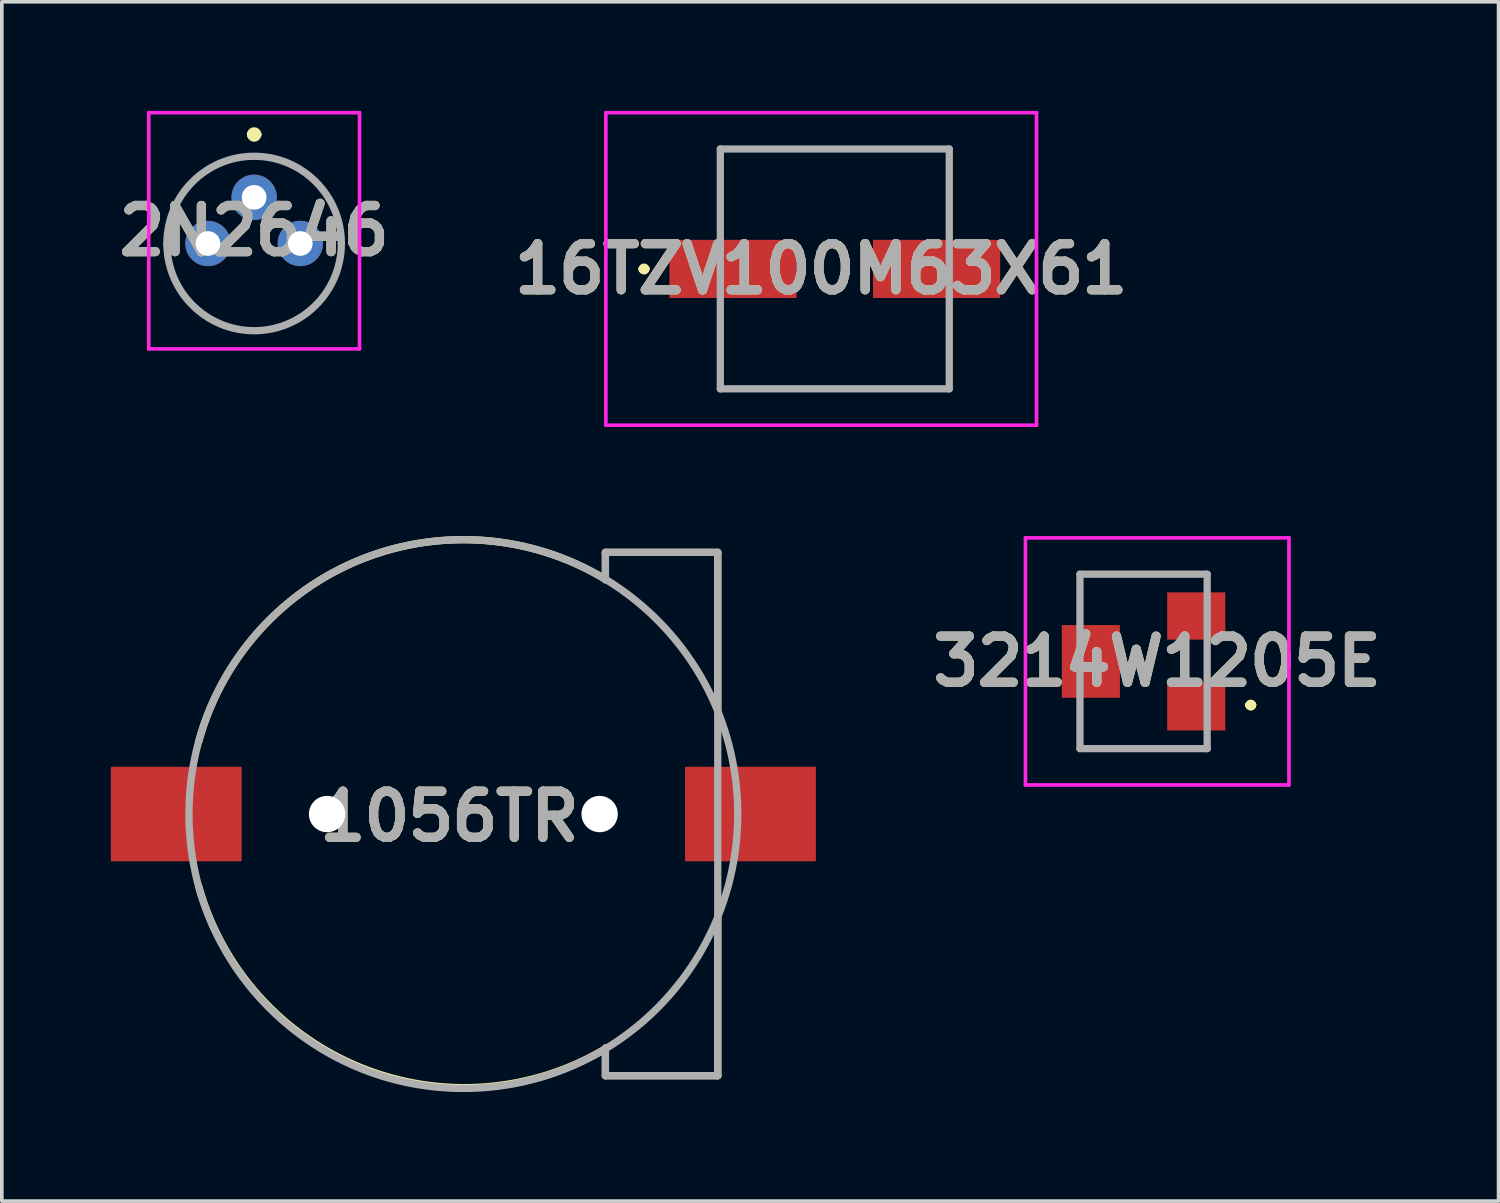
<source format=kicad_pcb>
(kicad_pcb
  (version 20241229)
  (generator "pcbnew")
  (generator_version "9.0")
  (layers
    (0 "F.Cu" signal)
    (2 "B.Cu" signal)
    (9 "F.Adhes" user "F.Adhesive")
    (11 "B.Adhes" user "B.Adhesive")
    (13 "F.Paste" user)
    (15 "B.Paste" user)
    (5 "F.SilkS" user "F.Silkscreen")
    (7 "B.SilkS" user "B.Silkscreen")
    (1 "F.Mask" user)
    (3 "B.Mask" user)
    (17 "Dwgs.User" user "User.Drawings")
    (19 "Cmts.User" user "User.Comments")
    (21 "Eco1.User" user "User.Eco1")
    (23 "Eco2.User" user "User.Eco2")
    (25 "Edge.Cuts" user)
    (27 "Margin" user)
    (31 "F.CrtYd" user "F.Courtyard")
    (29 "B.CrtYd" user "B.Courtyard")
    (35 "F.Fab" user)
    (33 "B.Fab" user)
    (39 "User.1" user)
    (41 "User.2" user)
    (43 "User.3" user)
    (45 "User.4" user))
  (footprint "1056TR"
    (layer "F.Cu")
    (at 9.7 19.35)
    (property "Reference" "1056TR" (at -0.382 0.067 0) (layer "F.SilkS") (effects (font (size 1.27 1.27) (thickness 0.254))))
    (attr through_hole)
    (fp_line (start 3.909 -7.2) (end 7 -7.2) (stroke (width 0.2) (type solid)) (layer "F.SilkS"))
    (fp_line (start 3.909 -6.459) (end 3.909 -7.2) (stroke (width 0.2) (type solid)) (layer "F.SilkS"))
    (fp_line (start 3.909 6.438) (end 3.909 7.2) (stroke (width 0.2) (type solid)) (layer "F.SilkS"))
    (fp_line (start 3.909 7.2) (end 7 7.2) (stroke (width 0.2) (type solid)) (layer "F.SilkS"))
    (fp_line (start 7 -7.2) (end 7 -2.829) (stroke (width 0.2) (type solid)) (layer "F.SilkS"))
    (fp_line (start 7 7.2) (end 7 2.829) (stroke (width 0.2) (type solid)) (layer "F.SilkS"))
    (fp_arc (start -7.28028 -2) (mid -2.796355 -7.01305) (end 3.906712 -6.460656) (stroke (width 0.2) (type solid)) (layer "F.SilkS"))
    (fp_arc (start 3.906684 6.460649) (mid -2.786672 6.988725) (end -7.28028 2) (stroke (width 0.2) (type solid)) (layer "F.SilkS"))
    (fp_line (start 3.909 -7.2) (end 3.909 -6.439) (stroke (width 0.2) (type solid)) (layer "F.Fab"))
    (fp_line (start 3.909 7.2) (end 3.909 6.438) (stroke (width 0.2) (type solid)) (layer "F.Fab"))
    (fp_line (start 7 -7.2) (end 3.909 -7.2) (stroke (width 0.2) (type solid)) (layer "F.Fab"))
    (fp_line (start 7 -7.2) (end 7 7.2) (stroke (width 0.2) (type solid)) (layer "F.Fab"))
    (fp_line (start 7 7.2) (end 3.909 7.2) (stroke (width 0.2) (type solid)) (layer "F.Fab"))
    (fp_circle (center 0 0) (end 0 7.55) (stroke (width 0.2) (type solid)) (fill no) (layer "F.Fab"))
    (fp_text user "${REFERENCE}" (at -0.382 0.067 0) (layer "F.Fab") (effects (font (size 1.27 1.27) (thickness 0.254))))
    (pad "" np_thru_hole circle (at -3.75 0) (size 1 1) (drill 1) (layers "*.Cu" "*.Mask"))
    (pad "" np_thru_hole circle (at 3.75 0) (size 1 1) (drill 1) (layers "*.Cu" "*.Mask"))
    (pad "1" smd rect (at -7.9 0 90) (size 2.6 3.6) (layers "F.Cu" "F.Mask" "F.Paste"))
    (pad "2" smd rect (at 7.9 0 90) (size 2.6 3.6) (layers "F.Cu" "F.Mask" "F.Paste")))
  (footprint "3214W1205E"
    (layer "F.Cu")
    (at 28.417 15.15)
    (property "Reference" "3214W1205E" (at 0.375 0 0) (layer "F.SilkS") (effects (font (size 1.27 1.27) (thickness 0.254))))
    (attr smd)
    (fp_line (start -1.75 -2.4) (end -1.75 -2.4) (stroke (width 0.1) (type solid)) (layer "F.SilkS"))
    (fp_line (start -1.75 -2.4) (end -1.75 -2.4) (stroke (width 0.1) (type solid)) (layer "F.SilkS"))
    (fp_line (start -1.75 -2.4) (end -1.75 -1.75) (stroke (width 0.1) (type solid)) (layer "F.SilkS"))
    (fp_line (start -1.75 -2.4) (end 1.75 -2.4) (stroke (width 0.1) (type solid)) (layer "F.SilkS"))
    (fp_line (start -1.75 -1.75) (end -1.75 -2.4) (stroke (width 0.1) (type solid)) (layer "F.SilkS"))
    (fp_line (start -1.75 -1.75) (end -1.75 -1.75) (stroke (width 0.1) (type solid)) (layer "F.SilkS"))
    (fp_line (start -1.75 1.75) (end -1.75 1.75) (stroke (width 0.1) (type solid)) (layer "F.SilkS"))
    (fp_line (start -1.75 1.75) (end -1.75 2.4) (stroke (width 0.1) (type solid)) (layer "F.SilkS"))
    (fp_line (start -1.75 2.4) (end -1.75 1.75) (stroke (width 0.1) (type solid)) (layer "F.SilkS"))
    (fp_line (start -1.75 2.4) (end -1.75 2.4) (stroke (width 0.1) (type solid)) (layer "F.SilkS"))
    (fp_line (start -1.75 2.4) (end -1.75 2.4) (stroke (width 0.1) (type solid)) (layer "F.SilkS"))
    (fp_line (start -1.75 2.4) (end 1.75 2.4) (stroke (width 0.1) (type solid)) (layer "F.SilkS"))
    (fp_line (start 1.75 -2.4) (end -1.75 -2.4) (stroke (width 0.1) (type solid)) (layer "F.SilkS"))
    (fp_line (start 1.75 -2.4) (end 1.75 -2.4) (stroke (width 0.1) (type solid)) (layer "F.SilkS"))
    (fp_line (start 1.75 2.4) (end -1.75 2.4) (stroke (width 0.1) (type solid)) (layer "F.SilkS"))
    (fp_line (start 1.75 2.4) (end 1.75 2.4) (stroke (width 0.1) (type solid)) (layer "F.SilkS"))
    (fp_line (start 2.9 1.2) (end 2.9 1.2) (stroke (width 0.2) (type solid)) (layer "F.SilkS"))
    (fp_line (start 2.9 1.2) (end 2.9 1.2) (stroke (width 0.2) (type solid)) (layer "F.SilkS"))
    (fp_line (start 3 1.2) (end 3 1.2) (stroke (width 0.2) (type solid)) (layer "F.SilkS"))
    (fp_arc (start 2.9 1.2) (mid 2.95 1.15) (end 3 1.2) (stroke (width 0.2) (type solid)) (layer "F.SilkS"))
    (fp_arc (start 3 1.2) (mid 2.95 1.25) (end 2.9 1.2) (stroke (width 0.2) (type solid)) (layer "F.SilkS"))
    (fp_arc (start 3 1.2) (mid 2.95 1.25) (end 2.9 1.2) (stroke (width 0.2) (type solid)) (layer "F.SilkS"))
    (fp_line (start -3.25 -3.4) (end 4 -3.4) (stroke (width 0.1) (type solid)) (layer "F.CrtYd"))
    (fp_line (start -3.25 3.4) (end -3.25 -3.4) (stroke (width 0.1) (type solid)) (layer "F.CrtYd"))
    (fp_line (start 4 -3.4) (end 4 3.4) (stroke (width 0.1) (type solid)) (layer "F.CrtYd"))
    (fp_line (start 4 3.4) (end -3.25 3.4) (stroke (width 0.1) (type solid)) (layer "F.CrtYd"))
    (fp_line (start -1.75 -2.4) (end -1.75 2.4) (stroke (width 0.2) (type solid)) (layer "F.Fab"))
    (fp_line (start -1.75 2.4) (end 1.75 2.4) (stroke (width 0.2) (type solid)) (layer "F.Fab"))
    (fp_line (start 1.75 -2.4) (end -1.75 -2.4) (stroke (width 0.2) (type solid)) (layer "F.Fab"))
    (fp_line (start 1.75 2.4) (end 1.75 -2.4) (stroke (width 0.2) (type solid)) (layer "F.Fab"))
    (fp_text user "${REFERENCE}" (at 0.375 0 0) (layer "F.Fab") (effects (font (size 1.27 1.27) (thickness 0.254))))
    (pad "1" smd rect (at 1.45 1.25 90) (size 1.3 1.6) (layers "F.Cu" "F.Mask" "F.Paste"))
    (pad "2" smd rect (at -1.45 0) (size 1.6 2) (layers "F.Cu" "F.Mask" "F.Paste"))
    (pad "3" smd rect (at 1.45 -1.25 90) (size 1.3 1.6) (layers "F.Cu" "F.Mask" "F.Paste")))
  (footprint "16TZV100M63X61"
    (layer "F.Cu")
    (at 19.921 4.35)
    (property "Reference" "16TZV100M63X61" (at -0.375 0 0) (layer "F.SilkS") (effects (font (size 1.27 1.27) (thickness 0.254))))
    (attr smd)
    (fp_line (start -5.3 0) (end -5.3 0) (stroke (width 0.2) (type solid)) (layer "F.SilkS"))
    (fp_line (start -5.3 0) (end -5.3 0) (stroke (width 0.2) (type solid)) (layer "F.SilkS"))
    (fp_line (start -5.2 0) (end -5.2 0) (stroke (width 0.2) (type solid)) (layer "F.SilkS"))
    (fp_line (start -3.15 -3.3) (end 3.15 -3.3) (stroke (width 0.1) (type solid)) (layer "F.SilkS"))
    (fp_line (start -3.15 -1.5) (end -3.15 -3.3) (stroke (width 0.1) (type solid)) (layer "F.SilkS"))
    (fp_line (start -3.15 3.3) (end -3.15 1.5) (stroke (width 0.1) (type solid)) (layer "F.SilkS"))
    (fp_line (start 3.15 -3.3) (end 3.15 -1.5) (stroke (width 0.1) (type solid)) (layer "F.SilkS"))
    (fp_line (start 3.15 1.5) (end 3.15 3.3) (stroke (width 0.1) (type solid)) (layer "F.SilkS"))
    (fp_line (start 3.15 3.3) (end -3.15 3.3) (stroke (width 0.1) (type solid)) (layer "F.SilkS"))
    (fp_arc (start -5.3 0) (mid -5.25 -0.05) (end -5.2 0) (stroke (width 0.2) (type solid)) (layer "F.SilkS"))
    (fp_arc (start -5.2 0) (mid -5.25 0.05) (end -5.3 0) (stroke (width 0.2) (type solid)) (layer "F.SilkS"))
    (fp_arc (start -5.2 0) (mid -5.25 0.05) (end -5.3 0) (stroke (width 0.2) (type solid)) (layer "F.SilkS"))
    (fp_line (start -6.3 -4.3) (end 5.55 -4.3) (stroke (width 0.1) (type solid)) (layer "F.CrtYd"))
    (fp_line (start -6.3 4.3) (end -6.3 -4.3) (stroke (width 0.1) (type solid)) (layer "F.CrtYd"))
    (fp_line (start 5.55 -4.3) (end 5.55 4.3) (stroke (width 0.1) (type solid)) (layer "F.CrtYd"))
    (fp_line (start 5.55 4.3) (end -6.3 4.3) (stroke (width 0.1) (type solid)) (layer "F.CrtYd"))
    (fp_line (start -3.15 -3.3) (end -3.15 3.3) (stroke (width 0.2) (type solid)) (layer "F.Fab"))
    (fp_line (start -3.15 3.3) (end 3.15 3.3) (stroke (width 0.2) (type solid)) (layer "F.Fab"))
    (fp_line (start 3.15 -3.3) (end -3.15 -3.3) (stroke (width 0.2) (type solid)) (layer "F.Fab"))
    (fp_line (start 3.15 3.3) (end 3.15 -3.3) (stroke (width 0.2) (type solid)) (layer "F.Fab"))
    (fp_text user "${REFERENCE}" (at -0.375 0 0) (layer "F.Fab") (effects (font (size 1.27 1.27) (thickness 0.254))))
    (pad "1" smd rect (at -2.8 0 90) (size 1.6 3.5) (layers "F.Cu" "F.Mask" "F.Paste"))
    (pad "2" smd rect (at 2.8 0 90) (size 1.6 3.5) (layers "F.Cu" "F.Mask" "F.Paste")))
  (footprint "2N2646"
    (layer "F.Cu")
    (at 3.943 2.38)
    (property "Reference" "2N2646" (at 0 0.92 0) (layer "F.SilkS") (effects (font (size 1.27 1.27) (thickness 0.254))))
    (attr through_hole)
    (fp_line (start -2.4 1.27) (end -2.4 1.27) (stroke (width 0.1) (type solid)) (layer "F.SilkS"))
    (fp_line (start -0.1 -1.73) (end -0.1 -1.73) (stroke (width 0.2) (type solid)) (layer "F.SilkS"))
    (fp_line (start 0.1 -1.73) (end 0.1 -1.73) (stroke (width 0.2) (type solid)) (layer "F.SilkS"))
    (fp_line (start 2.4 1.27) (end 2.4 1.27) (stroke (width 0.1) (type solid)) (layer "F.SilkS"))
    (fp_arc (start -2.4 1.27) (mid 0 -1.13) (end 2.4 1.27) (stroke (width 0.1) (type solid)) (layer "F.SilkS"))
    (fp_arc (start -0.1 -1.73) (mid 0 -1.83) (end 0.1 -1.73) (stroke (width 0.2) (type solid)) (layer "F.SilkS"))
    (fp_arc (start 0.1 -1.73) (mid 0 -1.63) (end -0.1 -1.73) (stroke (width 0.2) (type solid)) (layer "F.SilkS"))
    (fp_arc (start 2.4 1.27) (mid 0 3.67) (end -2.4 1.27) (stroke (width 0.1) (type solid)) (layer "F.SilkS"))
    (fp_line (start -2.9 -2.33) (end 2.9 -2.33) (stroke (width 0.1) (type solid)) (layer "F.CrtYd"))
    (fp_line (start -2.9 4.17) (end -2.9 -2.33) (stroke (width 0.1) (type solid)) (layer "F.CrtYd"))
    (fp_line (start 2.9 -2.33) (end 2.9 4.17) (stroke (width 0.1) (type solid)) (layer "F.CrtYd"))
    (fp_line (start 2.9 4.17) (end -2.9 4.17) (stroke (width 0.1) (type solid)) (layer "F.CrtYd"))
    (fp_line (start -2.4 1.27) (end -2.4 1.27) (stroke (width 0.2) (type solid)) (layer "F.Fab"))
    (fp_line (start 2.4 1.27) (end 2.4 1.27) (stroke (width 0.2) (type solid)) (layer "F.Fab"))
    (fp_arc (start -2.4 1.27) (mid 0 -1.13) (end 2.4 1.27) (stroke (width 0.2) (type solid)) (layer "F.Fab"))
    (fp_arc (start 2.4 1.27) (mid 0 3.67) (end -2.4 1.27) (stroke (width 0.2) (type solid)) (layer "F.Fab"))
    (fp_text user "${REFERENCE}" (at 0 0.92 0) (layer "F.Fab") (effects (font (size 1.27 1.27) (thickness 0.254))))
    (pad "1" thru_hole circle (at 0 0) (size 1.247 1.247) (drill 0.68) (layers "*.Cu" "*.Mask"))
    (pad "2" thru_hole circle (at 1.27 1.27) (size 1.247 1.247) (drill 0.68) (layers "*.Cu" "*.Mask"))
    (pad "3" thru_hole circle (at -1.27 1.27) (size 1.247 1.247) (drill 0.68) (layers "*.Cu" "*.Mask")))
  (gr_rect
    (start -3 -3)
    (end 38.185 30)
    (stroke (width 0.1) (type default))
    (fill no)
    (layer "Edge.Cuts")))
</source>
